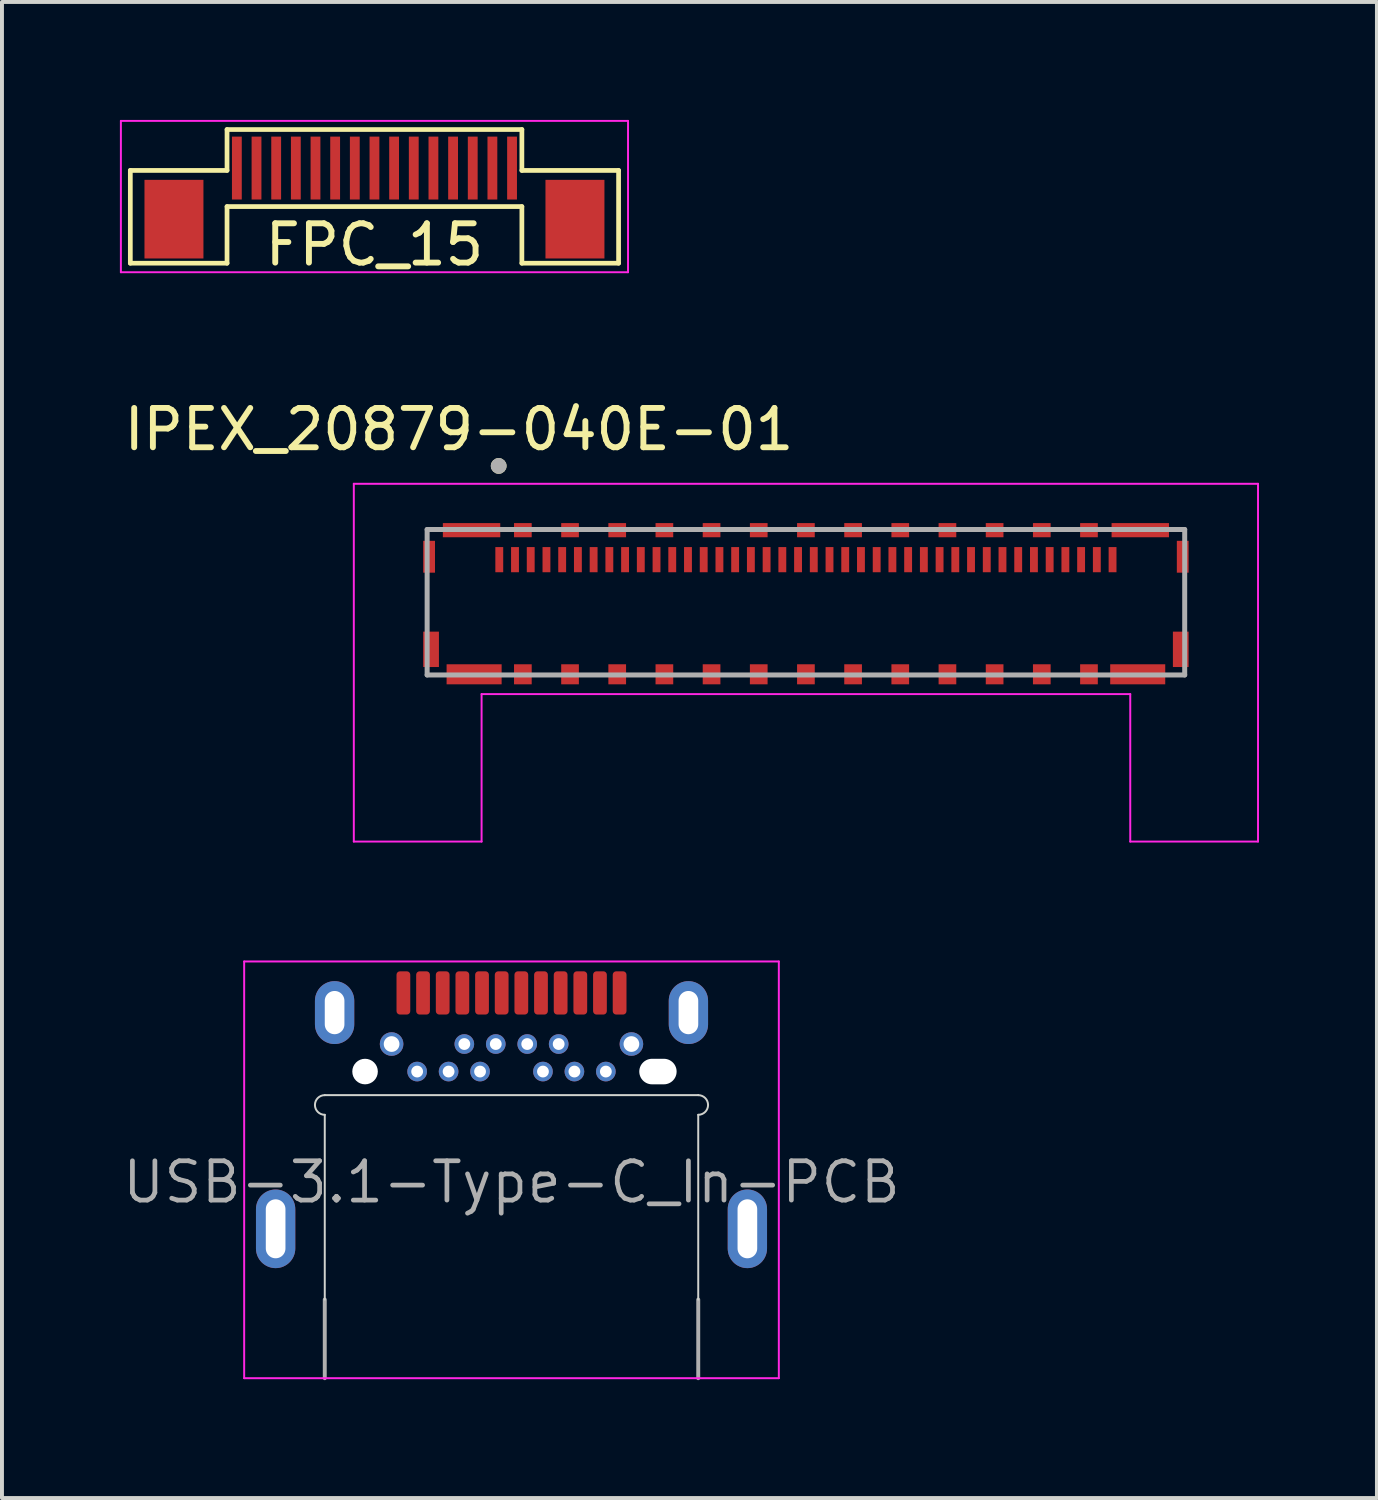
<source format=kicad_pcb>
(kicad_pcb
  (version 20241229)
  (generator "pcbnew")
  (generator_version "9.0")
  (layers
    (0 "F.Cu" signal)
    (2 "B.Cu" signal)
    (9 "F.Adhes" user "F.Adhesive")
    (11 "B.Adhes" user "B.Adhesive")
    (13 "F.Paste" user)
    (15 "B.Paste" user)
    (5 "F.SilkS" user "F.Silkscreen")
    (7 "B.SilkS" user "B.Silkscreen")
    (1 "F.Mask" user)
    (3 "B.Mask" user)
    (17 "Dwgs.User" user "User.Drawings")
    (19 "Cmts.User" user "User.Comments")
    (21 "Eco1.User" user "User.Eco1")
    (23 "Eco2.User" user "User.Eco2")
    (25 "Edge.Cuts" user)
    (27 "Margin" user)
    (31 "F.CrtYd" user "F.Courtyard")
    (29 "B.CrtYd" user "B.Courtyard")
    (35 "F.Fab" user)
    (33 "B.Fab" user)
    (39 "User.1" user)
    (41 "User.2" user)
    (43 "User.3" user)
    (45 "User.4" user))
  (footprint "IPEX_20879-040E-01"
    (layer "F.Cu")
    (at 17.45 12.269)
    (property "Reference" "IPEX_20879-040E-01" (at -8.825 -4.397 0) (layer "F.SilkS") (effects (font (size 1 1) (thickness 0.15))))
    (attr smd)
    (fp_circle (center -7.815 -3.467) (end -7.715 -3.467) (stroke (width 0.2) (type solid)) (fill no) (layer "F.SilkS"))
    (fp_line (start -11.5 -3.013) (end 11.5 -3.013) (stroke (width 0.05) (type solid)) (layer "F.CrtYd"))
    (fp_line (start -11.5 6.088) (end -11.5 -3.013) (stroke (width 0.05) (type solid)) (layer "F.CrtYd"))
    (fp_line (start -8.25 2.337) (end -8.25 6.088) (stroke (width 0.05) (type solid)) (layer "F.CrtYd"))
    (fp_line (start -8.25 6.088) (end -11.5 6.088) (stroke (width 0.05) (type solid)) (layer "F.CrtYd"))
    (fp_line (start 8.25 2.337) (end -8.25 2.337) (stroke (width 0.05) (type solid)) (layer "F.CrtYd"))
    (fp_line (start 8.25 6.088) (end 8.25 2.337) (stroke (width 0.05) (type solid)) (layer "F.CrtYd"))
    (fp_line (start 11.5 -3.013) (end 11.5 6.088) (stroke (width 0.05) (type solid)) (layer "F.CrtYd"))
    (fp_line (start 11.5 6.088) (end 8.25 6.088) (stroke (width 0.05) (type solid)) (layer "F.CrtYd"))
    (fp_line (start -9.635 -1.85) (end 9.635 -1.85) (stroke (width 0.127) (type solid)) (layer "F.Fab"))
    (fp_line (start -9.635 1.85) (end -9.635 -1.85) (stroke (width 0.127) (type solid)) (layer "F.Fab"))
    (fp_line (start 9.635 -1.85) (end 9.635 1.85) (stroke (width 0.127) (type solid)) (layer "F.Fab"))
    (fp_line (start 9.635 1.85) (end -9.635 1.85) (stroke (width 0.127) (type solid)) (layer "F.Fab"))
    (fp_circle (center -7.815 -3.467) (end -7.715 -3.467) (stroke (width 0.2) (type solid)) (fill no) (layer "F.Fab"))
    (pad "1" smd rect (at -7.8 -1.083) (size 0.2 0.64) (layers "F.Cu" "F.Mask" "F.Paste"))
    (pad "2" smd rect (at -7.4 -1.083) (size 0.2 0.64) (layers "F.Cu" "F.Mask" "F.Paste"))
    (pad "3" smd rect (at -7 -1.083) (size 0.2 0.64) (layers "F.Cu" "F.Mask" "F.Paste"))
    (pad "4" smd rect (at -6.6 -1.083) (size 0.2 0.64) (layers "F.Cu" "F.Mask" "F.Paste"))
    (pad "5" smd rect (at -6.2 -1.083) (size 0.2 0.64) (layers "F.Cu" "F.Mask" "F.Paste"))
    (pad "6" smd rect (at -5.8 -1.083) (size 0.2 0.64) (layers "F.Cu" "F.Mask" "F.Paste"))
    (pad "7" smd rect (at -5.4 -1.083) (size 0.2 0.64) (layers "F.Cu" "F.Mask" "F.Paste"))
    (pad "8" smd rect (at -5 -1.083) (size 0.2 0.64) (layers "F.Cu" "F.Mask" "F.Paste"))
    (pad "9" smd rect (at -4.6 -1.083) (size 0.2 0.64) (layers "F.Cu" "F.Mask" "F.Paste"))
    (pad "10" smd rect (at -4.2 -1.083) (size 0.2 0.64) (layers "F.Cu" "F.Mask" "F.Paste"))
    (pad "11" smd rect (at -3.8 -1.083) (size 0.2 0.64) (layers "F.Cu" "F.Mask" "F.Paste"))
    (pad "12" smd rect (at -3.4 -1.083) (size 0.2 0.64) (layers "F.Cu" "F.Mask" "F.Paste"))
    (pad "13" smd rect (at -3 -1.083) (size 0.2 0.64) (layers "F.Cu" "F.Mask" "F.Paste"))
    (pad "14" smd rect (at -2.6 -1.083) (size 0.2 0.64) (layers "F.Cu" "F.Mask" "F.Paste"))
    (pad "15" smd rect (at -2.2 -1.083) (size 0.2 0.64) (layers "F.Cu" "F.Mask" "F.Paste"))
    (pad "16" smd rect (at -1.8 -1.083) (size 0.2 0.64) (layers "F.Cu" "F.Mask" "F.Paste"))
    (pad "17" smd rect (at -1.4 -1.083) (size 0.2 0.64) (layers "F.Cu" "F.Mask" "F.Paste"))
    (pad "18" smd rect (at -1 -1.083) (size 0.2 0.64) (layers "F.Cu" "F.Mask" "F.Paste"))
    (pad "19" smd rect (at -0.6 -1.083) (size 0.2 0.64) (layers "F.Cu" "F.Mask" "F.Paste"))
    (pad "20" smd rect (at -0.2 -1.083) (size 0.2 0.64) (layers "F.Cu" "F.Mask" "F.Paste"))
    (pad "21" smd rect (at 0.2 -1.083) (size 0.2 0.64) (layers "F.Cu" "F.Mask" "F.Paste"))
    (pad "22" smd rect (at 0.6 -1.083) (size 0.2 0.64) (layers "F.Cu" "F.Mask" "F.Paste"))
    (pad "23" smd rect (at 1 -1.083) (size 0.2 0.64) (layers "F.Cu" "F.Mask" "F.Paste"))
    (pad "24" smd rect (at 1.4 -1.083) (size 0.2 0.64) (layers "F.Cu" "F.Mask" "F.Paste"))
    (pad "25" smd rect (at 1.8 -1.083) (size 0.2 0.64) (layers "F.Cu" "F.Mask" "F.Paste"))
    (pad "26" smd rect (at 2.2 -1.083) (size 0.2 0.64) (layers "F.Cu" "F.Mask" "F.Paste"))
    (pad "27" smd rect (at 2.6 -1.083) (size 0.2 0.64) (layers "F.Cu" "F.Mask" "F.Paste"))
    (pad "28" smd rect (at 3 -1.083) (size 0.2 0.64) (layers "F.Cu" "F.Mask" "F.Paste"))
    (pad "29" smd rect (at 3.4 -1.083) (size 0.2 0.64) (layers "F.Cu" "F.Mask" "F.Paste"))
    (pad "30" smd rect (at 3.8 -1.083) (size 0.2 0.64) (layers "F.Cu" "F.Mask" "F.Paste"))
    (pad "31" smd rect (at 4.2 -1.083) (size 0.2 0.64) (layers "F.Cu" "F.Mask" "F.Paste"))
    (pad "32" smd rect (at 4.6 -1.083) (size 0.2 0.64) (layers "F.Cu" "F.Mask" "F.Paste"))
    (pad "33" smd rect (at 5 -1.083) (size 0.2 0.64) (layers "F.Cu" "F.Mask" "F.Paste"))
    (pad "34" smd rect (at 5.4 -1.083) (size 0.2 0.64) (layers "F.Cu" "F.Mask" "F.Paste"))
    (pad "35" smd rect (at 5.8 -1.083) (size 0.2 0.64) (layers "F.Cu" "F.Mask" "F.Paste"))
    (pad "36" smd rect (at 6.2 -1.083) (size 0.2 0.64) (layers "F.Cu" "F.Mask" "F.Paste"))
    (pad "37" smd rect (at 6.6 -1.083) (size 0.2 0.64) (layers "F.Cu" "F.Mask" "F.Paste"))
    (pad "38" smd rect (at 7 -1.083) (size 0.2 0.64) (layers "F.Cu" "F.Mask" "F.Paste"))
    (pad "39" smd rect (at 7.4 -1.083) (size 0.2 0.64) (layers "F.Cu" "F.Mask" "F.Paste"))
    (pad "40" smd rect (at 7.8 -1.083) (size 0.2 0.64) (layers "F.Cu" "F.Mask" "F.Paste"))
    (pad "S1" smd rect (at -8.505 -1.833) (size 1.46 0.36) (layers "F.Cu" "F.Mask" "F.Paste"))
    (pad "S2" smd rect (at -7.2 -1.833) (size 0.45 0.36) (layers "F.Cu" "F.Mask" "F.Paste"))
    (pad "S3" smd rect (at -6 -1.833) (size 0.45 0.36) (layers "F.Cu" "F.Mask" "F.Paste"))
    (pad "S4" smd rect (at -4.8 -1.833) (size 0.45 0.36) (layers "F.Cu" "F.Mask" "F.Paste"))
    (pad "S5" smd rect (at -3.6 -1.833) (size 0.45 0.36) (layers "F.Cu" "F.Mask" "F.Paste"))
    (pad "S6" smd rect (at -2.4 -1.833) (size 0.45 0.36) (layers "F.Cu" "F.Mask" "F.Paste"))
    (pad "S7" smd rect (at -1.2 -1.833) (size 0.45 0.36) (layers "F.Cu" "F.Mask" "F.Paste"))
    (pad "S8" smd rect (at 0 -1.833) (size 0.45 0.36) (layers "F.Cu" "F.Mask" "F.Paste"))
    (pad "S9" smd rect (at 1.2 -1.833) (size 0.45 0.36) (layers "F.Cu" "F.Mask" "F.Paste"))
    (pad "S10" smd rect (at 2.4 -1.833) (size 0.45 0.36) (layers "F.Cu" "F.Mask" "F.Paste"))
    (pad "S11" smd rect (at 3.6 -1.833) (size 0.45 0.36) (layers "F.Cu" "F.Mask" "F.Paste"))
    (pad "S12" smd rect (at 4.8 -1.833) (size 0.45 0.36) (layers "F.Cu" "F.Mask" "F.Paste"))
    (pad "S13" smd rect (at 6 -1.833) (size 0.45 0.36) (layers "F.Cu" "F.Mask" "F.Paste"))
    (pad "S14" smd rect (at 7.2 -1.833) (size 0.45 0.36) (layers "F.Cu" "F.Mask" "F.Paste"))
    (pad "S15" smd rect (at 8.505 -1.833) (size 1.46 0.36) (layers "F.Cu" "F.Mask" "F.Paste"))
    (pad "S16" smd rect (at 9.585 -1.157) (size 0.3 0.81) (layers "F.Cu" "F.Mask" "F.Paste"))
    (pad "S17" smd rect (at 9.535 1.198) (size 0.4 0.9) (layers "F.Cu" "F.Mask" "F.Paste"))
    (pad "S18" smd rect (at 8.44 1.833) (size 1.4 0.51) (layers "F.Cu" "F.Mask" "F.Paste"))
    (pad "S19" smd rect (at 7.2 1.833) (size 0.45 0.51) (layers "F.Cu" "F.Mask" "F.Paste"))
    (pad "S20" smd rect (at 6 1.833) (size 0.45 0.51) (layers "F.Cu" "F.Mask" "F.Paste"))
    (pad "S21" smd rect (at 4.8 1.833) (size 0.45 0.51) (layers "F.Cu" "F.Mask" "F.Paste"))
    (pad "S22" smd rect (at 3.6 1.833) (size 0.45 0.51) (layers "F.Cu" "F.Mask" "F.Paste"))
    (pad "S23" smd rect (at 2.4 1.833) (size 0.45 0.51) (layers "F.Cu" "F.Mask" "F.Paste"))
    (pad "S24" smd rect (at 1.2 1.833) (size 0.45 0.51) (layers "F.Cu" "F.Mask" "F.Paste"))
    (pad "S25" smd rect (at 0 1.833) (size 0.45 0.51) (layers "F.Cu" "F.Mask" "F.Paste"))
    (pad "S26" smd rect (at -1.2 1.833) (size 0.45 0.51) (layers "F.Cu" "F.Mask" "F.Paste"))
    (pad "S27" smd rect (at -2.4 1.833) (size 0.45 0.51) (layers "F.Cu" "F.Mask" "F.Paste"))
    (pad "S28" smd rect (at -3.6 1.833) (size 0.45 0.51) (layers "F.Cu" "F.Mask" "F.Paste"))
    (pad "S29" smd rect (at -4.8 1.833) (size 0.45 0.51) (layers "F.Cu" "F.Mask" "F.Paste"))
    (pad "S30" smd rect (at -6 1.833) (size 0.45 0.51) (layers "F.Cu" "F.Mask" "F.Paste"))
    (pad "S31" smd rect (at -7.2 1.833) (size 0.45 0.51) (layers "F.Cu" "F.Mask" "F.Paste"))
    (pad "S32" smd rect (at -8.44 1.833) (size 1.4 0.51) (layers "F.Cu" "F.Mask" "F.Paste"))
    (pad "S33" smd rect (at -9.535 1.198) (size 0.4 0.9) (layers "F.Cu" "F.Mask" "F.Paste"))
    (pad "S34" smd rect (at -9.585 -1.157) (size 0.3 0.81) (layers "F.Cu" "F.Mask" "F.Paste"))
    (zone (net_name "") (layer "F.Cu") (hatch full 0.508) (connect_pads) (min_thickness 0.01) (filled_areas_thickness no) (keepout (tracks allowed) (vias not_allowed) (pads not_allowed) (copperpour allowed) (footprints allowed)) (placement (enabled no)) (fill) (polygon (pts (xy 9.45 11.507) (xy 25.45 11.507) (xy 25.45 12.707) (xy 9.45 12.707))))
    (zone (net_name "") (layers "F.Cu" "B.Cu") (hatch full 0.508) (connect_pads) (min_thickness 0.01) (filled_areas_thickness no) (keepout (tracks allowed) (vias not_allowed) (pads allowed) (copperpour allowed) (footprints allowed)) (placement (enabled no)) (fill) (polygon (pts (xy 9.45 11.507) (xy 25.45 11.507) (xy 25.45 12.707) (xy 9.45 12.707)))))
  (footprint "USB-3.1-Type-C_In-PCB"
    (layer "F.Cu")
    (at 9.961 24.607)
    (property "Reference" "USB-3.1-Type-C_In-PCB" (at 0 2.413 0) (layer "F.Fab") (effects (font (size 1 1) (thickness 0.12))))
    (attr through_hole)
    (fp_rect (start -6 2.65) (end -7.2 4.55) (stroke (width 0.1) (type solid)) (fill yes) (layer "F.Paste"))
    (fp_rect (start -4.5 -2.65) (end -5.95 -1.15) (stroke (width 0.1) (type solid)) (fill yes) (layer "F.Paste"))
    (fp_rect (start 5.95 -2.65) (end 4.5 -1.15) (stroke (width 0.1) (type solid)) (fill yes) (layer "F.Paste"))
    (fp_rect (start 7.2 2.65) (end 6 4.55) (stroke (width 0.1) (type solid)) (fill yes) (layer "F.Paste"))
    (fp_line (start -4.75 0.2) (end 4.75 0.2) (stroke (width 0.05) (type solid)) (layer "Edge.Cuts"))
    (fp_line (start -4.75 0.7) (end -4.75 5.4) (stroke (width 0.05) (type solid)) (layer "Edge.Cuts"))
    (fp_line (start 4.75 0.7) (end 4.75 5.4) (stroke (width 0.05) (type solid)) (layer "Edge.Cuts"))
    (fp_arc (start -4.75 0.7) (mid -5 0.45) (end -4.75 0.2) (stroke (width 0.05) (type solid)) (layer "Edge.Cuts"))
    (fp_arc (start 4.75 0.2) (mid 5 0.45) (end 4.75 0.7) (stroke (width 0.05) (type solid)) (layer "Edge.Cuts"))
    (fp_line (start -6.8 -3.2) (end 6.8 -3.2) (stroke (width 0.05) (type solid)) (layer "F.CrtYd"))
    (fp_line (start -6.8 7.4) (end -6.8 -3.2) (stroke (width 0.05) (type solid)) (layer "F.CrtYd"))
    (fp_line (start 6.8 -3.2) (end 6.8 7.4) (stroke (width 0.05) (type solid)) (layer "F.CrtYd"))
    (fp_line (start 6.8 7.4) (end -6.8 7.4) (stroke (width 0.05) (type solid)) (layer "F.CrtYd"))
    (fp_line (start -4.75 5.4) (end -4.75 7.4) (stroke (width 0.1) (type solid)) (layer "F.Fab"))
    (fp_line (start 4.75 5.4) (end 4.75 7.4) (stroke (width 0.1) (type solid)) (layer "F.Fab"))
    (pad "" np_thru_hole circle (at -3.725 -0.4) (size 0.65 0.65) (drill 0.65) (layers "*.Cu" "*.Mask"))
    (pad "" np_thru_hole oval (at 3.725 -0.4) (size 0.95 0.65) (drill oval 0.95 0.65) (layers "*.Cu" "*.Mask"))
    (pad "A1" smd roundrect (at -2.75 -2.4) (size 0.35 1.1) (layers "F.Cu" "F.Mask" "F.Paste") (roundrect_rratio 0.25))
    (pad "A2" smd roundrect (at -2.25 -2.4) (size 0.35 1.1) (layers "F.Cu" "F.Mask" "F.Paste") (roundrect_rratio 0.25))
    (pad "A3" smd roundrect (at -1.75 -2.4) (size 0.35 1.1) (layers "F.Cu" "F.Mask" "F.Paste") (roundrect_rratio 0.25))
    (pad "A4" smd roundrect (at -1.25 -2.4) (size 0.35 1.1) (layers "F.Cu" "F.Mask" "F.Paste") (roundrect_rratio 0.25))
    (pad "A5" smd roundrect (at -0.75 -2.4) (size 0.35 1.1) (layers "F.Cu" "F.Mask" "F.Paste") (roundrect_rratio 0.25))
    (pad "A6" smd roundrect (at -0.25 -2.4) (size 0.35 1.1) (layers "F.Cu" "F.Mask" "F.Paste") (roundrect_rratio 0.25))
    (pad "A7" smd roundrect (at 0.25 -2.4) (size 0.35 1.1) (layers "F.Cu" "F.Mask" "F.Paste") (roundrect_rratio 0.25))
    (pad "A8" smd roundrect (at 0.75 -2.4) (size 0.35 1.1) (layers "F.Cu" "F.Mask" "F.Paste") (roundrect_rratio 0.25))
    (pad "A9" smd roundrect (at 1.25 -2.4) (size 0.35 1.1) (layers "F.Cu" "F.Mask" "F.Paste") (roundrect_rratio 0.25))
    (pad "A10" smd roundrect (at 1.75 -2.4) (size 0.35 1.1) (layers "F.Cu" "F.Mask" "F.Paste") (roundrect_rratio 0.25))
    (pad "A11" smd roundrect (at 2.25 -2.4) (size 0.35 1.1) (layers "F.Cu" "F.Mask" "F.Paste") (roundrect_rratio 0.25))
    (pad "A12" smd roundrect (at 2.75 -2.4) (size 0.35 1.1) (layers "F.Cu" "F.Mask" "F.Paste") (roundrect_rratio 0.25))
    (pad "B1" thru_hole circle (at 3.05 -1.1) (size 0.6 0.6) (drill 0.4) (layers "*.Cu" "*.Mask" "F.Paste"))
    (pad "B2" thru_hole circle (at 2.4 -0.4) (size 0.5 0.5) (drill 0.3) (layers "*.Cu" "*.Mask" "F.Paste") (remove_unused_layers yes) (keep_end_layers yes) (zone_layer_connections))
    (pad "B3" thru_hole circle (at 1.6 -0.4) (size 0.5 0.5) (drill 0.3) (layers "*.Cu" "*.Mask" "F.Paste") (remove_unused_layers yes) (keep_end_layers yes) (zone_layer_connections))
    (pad "B4" thru_hole circle (at 1.2 -1.1) (size 0.5 0.5) (drill 0.3) (layers "*.Cu" "*.Mask" "F.Paste") (remove_unused_layers yes) (keep_end_layers yes) (zone_layer_connections))
    (pad "B5" thru_hole circle (at 0.8 -0.4) (size 0.5 0.5) (drill 0.3) (layers "*.Cu" "*.Mask" "F.Paste") (remove_unused_layers yes) (keep_end_layers yes) (zone_layer_connections))
    (pad "B6" thru_hole circle (at 0.4 -1.1) (size 0.5 0.5) (drill 0.3) (layers "*.Cu" "*.Mask" "F.Paste") (remove_unused_layers yes) (keep_end_layers yes) (zone_layer_connections))
    (pad "B7" thru_hole circle (at -0.4 -1.1) (size 0.5 0.5) (drill 0.3) (layers "*.Cu" "*.Mask" "F.Paste") (remove_unused_layers yes) (keep_end_layers yes) (zone_layer_connections))
    (pad "B8" thru_hole circle (at -0.8 -0.4) (size 0.5 0.5) (drill 0.3) (layers "*.Cu" "*.Mask" "F.Paste") (remove_unused_layers yes) (keep_end_layers yes) (zone_layer_connections))
    (pad "B9" thru_hole circle (at -1.2 -1.1) (size 0.5 0.5) (drill 0.3) (layers "*.Cu" "*.Mask" "F.Paste") (remove_unused_layers yes) (keep_end_layers yes) (zone_layer_connections))
    (pad "B10" thru_hole circle (at -1.6 -0.4) (size 0.5 0.5) (drill 0.3) (layers "*.Cu" "*.Mask" "F.Paste") (remove_unused_layers yes) (keep_end_layers yes) (zone_layer_connections))
    (pad "B11" thru_hole circle (at -2.4 -0.4) (size 0.5 0.5) (drill 0.3) (layers "*.Cu" "*.Mask" "F.Paste") (remove_unused_layers yes) (keep_end_layers yes) (zone_layer_connections))
    (pad "B12" thru_hole circle (at -3.05 -1.1) (size 0.6 0.6) (drill 0.4) (layers "*.Cu" "*.Mask" "F.Paste"))
    (pad "S1" thru_hole oval (at -6 3.6) (size 1 2) (drill oval 0.5 1.5) (layers "*.Cu" "*.Mask" "F.Paste"))
    (pad "S1" thru_hole oval (at -4.5 -1.9) (size 1 1.6) (drill oval 0.5 1.1) (layers "*.Cu" "*.Mask" "F.Paste"))
    (pad "S1" thru_hole oval (at 4.5 -1.9) (size 1 1.6) (drill oval 0.5 1.1) (layers "*.Cu" "*.Mask" "F.Paste"))
    (pad "S1" thru_hole oval (at 6 3.6) (size 1 2) (drill oval 0.5 1.5) (layers "*.Cu" "*.Mask" "F.Paste")))
  (footprint "FPC_15"
    (layer "F.Cu")
    (at 6.475 1.225)
    (property "Reference" "FPC_15" (at 0 1.95 0) (layer "F.SilkS") (effects (font (size 1 1) (thickness 0.15))))
    (attr through_hole)
    (fp_line (start -6.21 0.06) (end -3.75 0.06) (stroke (width 0.12) (type solid)) (layer "F.SilkS"))
    (fp_line (start -6.21 2.42) (end -6.21 0.06) (stroke (width 0.12) (type solid)) (layer "F.SilkS"))
    (fp_line (start -3.75 -0.98) (end 3.75 -0.98) (stroke (width 0.12) (type solid)) (layer "F.SilkS"))
    (fp_line (start -3.75 0.06) (end -3.75 -0.98) (stroke (width 0.12) (type solid)) (layer "F.SilkS"))
    (fp_line (start -3.75 0.98) (end -3.75 2.42) (stroke (width 0.12) (type solid)) (layer "F.SilkS"))
    (fp_line (start -3.75 0.98) (end 3.75 0.98) (stroke (width 0.12) (type solid)) (layer "F.SilkS"))
    (fp_line (start -3.75 2.42) (end -6.21 2.42) (stroke (width 0.12) (type solid)) (layer "F.SilkS"))
    (fp_line (start 3.75 0.06) (end 3.75 -0.98) (stroke (width 0.12) (type solid)) (layer "F.SilkS"))
    (fp_line (start 3.75 0.98) (end 3.75 2.42) (stroke (width 0.12) (type solid)) (layer "F.SilkS"))
    (fp_line (start 3.75 2.42) (end 6.21 2.42) (stroke (width 0.12) (type solid)) (layer "F.SilkS"))
    (fp_line (start 6.21 0.06) (end 3.75 0.06) (stroke (width 0.12) (type solid)) (layer "F.SilkS"))
    (fp_line (start 6.21 2.42) (end 6.21 0.06) (stroke (width 0.12) (type solid)) (layer "F.SilkS"))
    (fp_line (start -6.45 -1.2) (end -6.45 2.65) (stroke (width 0.05) (type solid)) (layer "F.CrtYd"))
    (fp_line (start -6.45 -1.2) (end 6.45 -1.2) (stroke (width 0.05) (type solid)) (layer "F.CrtYd"))
    (fp_line (start -6.45 2.65) (end 6.45 2.65) (stroke (width 0.05) (type solid)) (layer "F.CrtYd"))
    (fp_line (start 6.45 -1.2) (end 6.45 2.65) (stroke (width 0.05) (type solid)) (layer "F.CrtYd"))
    (pad "1" smd rect (at -3.5 0) (size 0.25 1.6) (layers "F.Cu" "F.Mask" "F.Paste"))
    (pad "2" smd rect (at -3 0) (size 0.25 1.6) (layers "F.Cu" "F.Mask" "F.Paste"))
    (pad "3" smd rect (at -2.5 0) (size 0.25 1.6) (layers "F.Cu" "F.Mask" "F.Paste"))
    (pad "4" smd rect (at -2 0) (size 0.25 1.6) (layers "F.Cu" "F.Mask" "F.Paste"))
    (pad "5" smd rect (at -1.5 0) (size 0.25 1.6) (layers "F.Cu" "F.Mask" "F.Paste"))
    (pad "6" smd rect (at -1 0) (size 0.25 1.6) (layers "F.Cu" "F.Mask" "F.Paste"))
    (pad "7" smd rect (at -0.5 0) (size 0.25 1.6) (layers "F.Cu" "F.Mask" "F.Paste"))
    (pad "8" smd rect (at 0 0) (size 0.25 1.6) (layers "F.Cu" "F.Mask" "F.Paste"))
    (pad "9" smd rect (at 0.5 0) (size 0.25 1.6) (layers "F.Cu" "F.Mask" "F.Paste"))
    (pad "10" smd rect (at 1 0) (size 0.25 1.6) (layers "F.Cu" "F.Mask" "F.Paste"))
    (pad "11" smd rect (at 1.5 0) (size 0.25 1.6) (layers "F.Cu" "F.Mask" "F.Paste"))
    (pad "12" smd rect (at 2 0) (size 0.25 1.6) (layers "F.Cu" "F.Mask" "F.Paste"))
    (pad "13" smd rect (at 2.5 0) (size 0.25 1.6) (layers "F.Cu" "F.Mask" "F.Paste"))
    (pad "14" smd rect (at 3 0) (size 0.25 1.6) (layers "F.Cu" "F.Mask" "F.Paste"))
    (pad "15" smd rect (at 3.5 0) (size 0.25 1.6) (layers "F.Cu" "F.Mask" "F.Paste"))
    (pad "MP" smd rect (at -5.1 1.3) (size 1.5 2) (layers "F.Cu" "F.Mask" "F.Paste"))
    (pad "MP" smd rect (at 5.1 1.3) (size 1.5 2) (layers "F.Cu" "F.Mask" "F.Paste")))
  (gr_rect
    (start -3 -3)
    (end 31.975 35.056)
    (stroke (width 0.1) (type default))
    (fill no)
    (layer "Edge.Cuts")))
</source>
